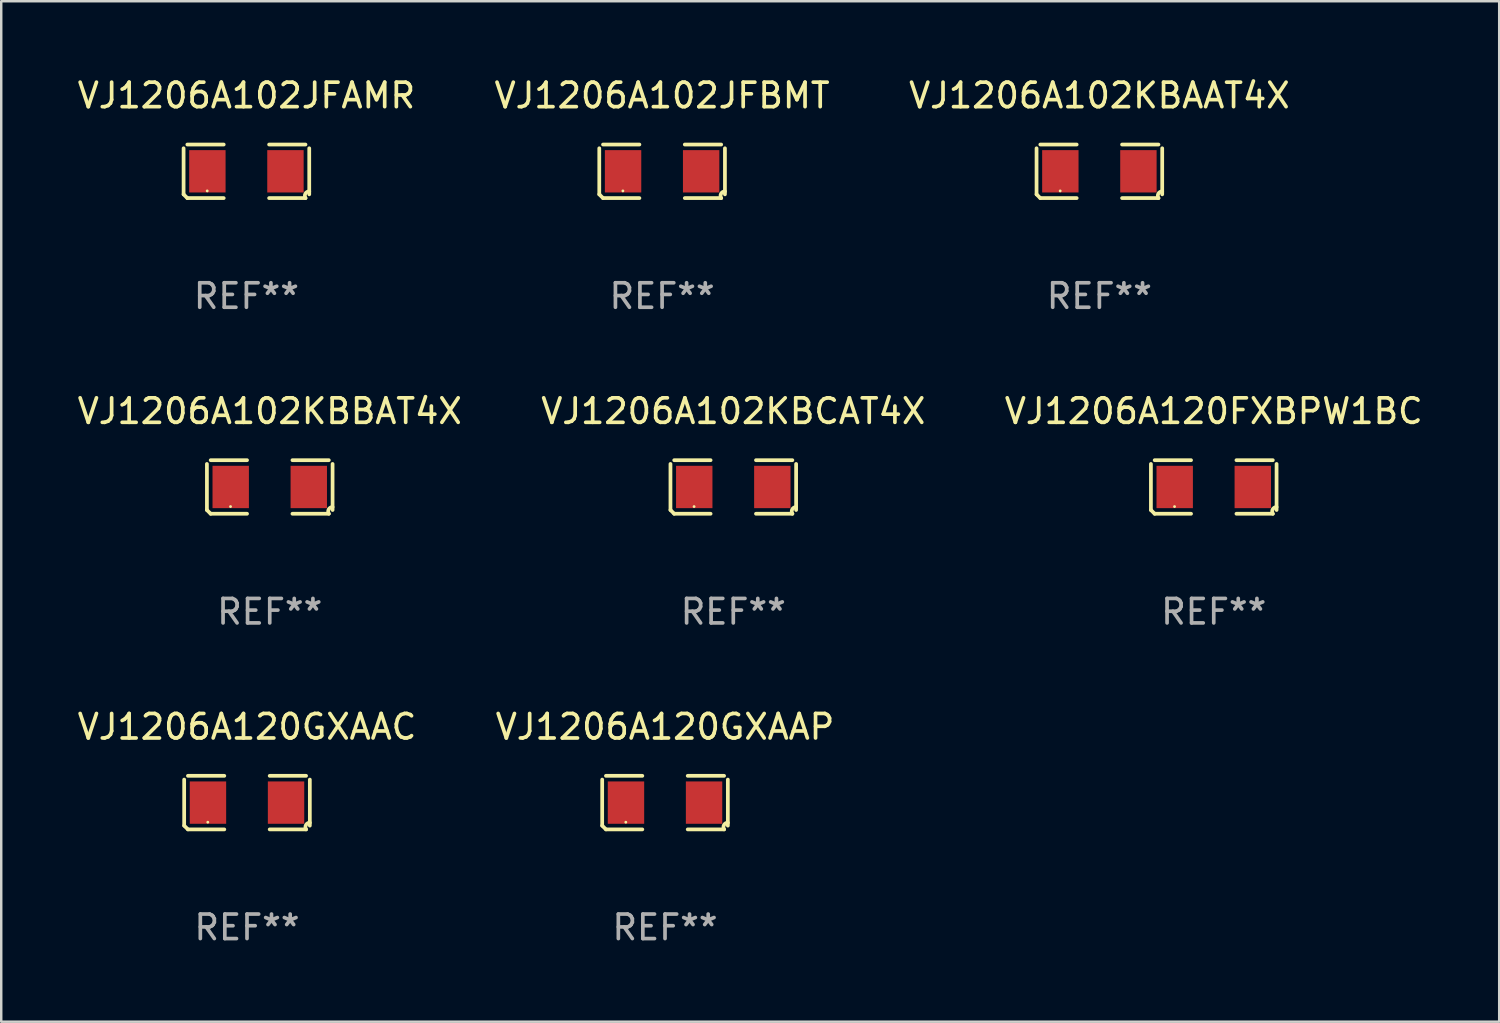
<source format=kicad_pcb>
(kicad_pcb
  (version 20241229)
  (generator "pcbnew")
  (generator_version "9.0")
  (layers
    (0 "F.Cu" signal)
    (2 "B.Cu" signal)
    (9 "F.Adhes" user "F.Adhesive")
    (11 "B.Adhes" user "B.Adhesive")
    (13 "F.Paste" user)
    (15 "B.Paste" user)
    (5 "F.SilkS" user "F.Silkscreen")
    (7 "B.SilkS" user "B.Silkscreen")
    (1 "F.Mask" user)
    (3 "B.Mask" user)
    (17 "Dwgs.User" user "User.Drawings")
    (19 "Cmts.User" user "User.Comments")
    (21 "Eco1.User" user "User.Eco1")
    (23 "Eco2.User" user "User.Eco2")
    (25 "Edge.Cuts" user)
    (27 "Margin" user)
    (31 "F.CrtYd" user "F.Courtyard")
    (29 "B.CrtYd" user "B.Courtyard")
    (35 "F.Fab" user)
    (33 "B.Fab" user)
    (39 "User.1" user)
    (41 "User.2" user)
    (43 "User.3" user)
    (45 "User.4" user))
  (footprint "VJ1206A102JFAMR"
    (layer "F.Cu")
    (at 7.006 3.941)
    (property "Reference" "VJ1206A102JFAMR" (at 0 -3.093 0) (layer "F.SilkS") (effects (font (size 1 1) (thickness 0.15))))
    (attr through_hole)
    (fp_line (start -2.564 0.94) (end -2.564 -0.94) (stroke (width 0.152) (type solid)) (layer "F.SilkS"))
    (fp_line (start -2.411 -1.093) (end -0.926 -1.093) (stroke (width 0.152) (type solid)) (layer "F.SilkS"))
    (fp_line (start -0.926 1.093) (end -2.411 1.093) (stroke (width 0.152) (type solid)) (layer "F.SilkS"))
    (fp_line (start 0.926 1.093) (end 2.411 1.093) (stroke (width 0.152) (type solid)) (layer "F.SilkS"))
    (fp_line (start 2.411 -1.093) (end 0.926 -1.093) (stroke (width 0.152) (type solid)) (layer "F.SilkS"))
    (fp_line (start 2.564 0.94) (end 2.564 -0.94) (stroke (width 0.152) (type solid)) (layer "F.SilkS"))
    (fp_arc (start -2.411201 1.092609) (mid -2.487413 1.01642) (end -2.563602 0.940208) (stroke (width 0.1524) (type solid)) (layer "F.SilkS"))
    (fp_arc (start 2.411201 1.092609) (mid 2.407159 0.911226) (end 2.563602 0.819347) (stroke (width 0.1524) (type solid)) (layer "F.SilkS"))
    (fp_circle (center -1.6 0.8) (end -1.57 0.8) (stroke (width 0.06) (type solid)) (fill no) (layer "F.SilkS"))
    (fp_text user "REF**" (at 0 5.093 0) (layer "F.Fab") (effects (font (size 1 1) (thickness 0.15))))
    (pad "1" smd rect (at -1.593 0) (size 1.485 1.728) (layers "F.Cu" "F.Mask" "F.Paste"))
    (pad "2" smd rect (at 1.593 0) (size 1.485 1.728) (layers "F.Cu" "F.Mask" "F.Paste")))
  (footprint "VJ1206A102KBCAT4X"
    (layer "F.Cu")
    (at 26.875 16.823)
    (property "Reference" "VJ1206A102KBCAT4X" (at 0 -3.093 0) (layer "F.SilkS") (effects (font (size 1 1) (thickness 0.15))))
    (attr through_hole)
    (fp_line (start -2.564 0.94) (end -2.564 -0.94) (stroke (width 0.152) (type solid)) (layer "F.SilkS"))
    (fp_line (start -2.411 -1.093) (end -0.926 -1.093) (stroke (width 0.152) (type solid)) (layer "F.SilkS"))
    (fp_line (start -0.926 1.093) (end -2.411 1.093) (stroke (width 0.152) (type solid)) (layer "F.SilkS"))
    (fp_line (start 0.926 1.093) (end 2.411 1.093) (stroke (width 0.152) (type solid)) (layer "F.SilkS"))
    (fp_line (start 2.411 -1.093) (end 0.926 -1.093) (stroke (width 0.152) (type solid)) (layer "F.SilkS"))
    (fp_line (start 2.564 0.94) (end 2.564 -0.94) (stroke (width 0.152) (type solid)) (layer "F.SilkS"))
    (fp_arc (start -2.411201 1.092609) (mid -2.487413 1.01642) (end -2.563602 0.940208) (stroke (width 0.1524) (type solid)) (layer "F.SilkS"))
    (fp_arc (start 2.411201 1.092609) (mid 2.407159 0.911226) (end 2.563602 0.819347) (stroke (width 0.1524) (type solid)) (layer "F.SilkS"))
    (fp_circle (center -1.6 0.8) (end -1.57 0.8) (stroke (width 0.06) (type solid)) (fill no) (layer "F.SilkS"))
    (fp_text user "REF**" (at 0 5.093 0) (layer "F.Fab") (effects (font (size 1 1) (thickness 0.15))))
    (pad "1" smd rect (at -1.593 0) (size 1.485 1.728) (layers "F.Cu" "F.Mask" "F.Paste"))
    (pad "2" smd rect (at 1.593 0) (size 1.485 1.728) (layers "F.Cu" "F.Mask" "F.Paste")))
  (footprint "VJ1206A120GXAAP"
    (layer "F.Cu")
    (at 24.089 29.704)
    (property "Reference" "VJ1206A120GXAAP" (at 0 -3.093 0) (layer "F.SilkS") (effects (font (size 1 1) (thickness 0.15))))
    (attr through_hole)
    (fp_line (start -2.564 0.94) (end -2.564 -0.94) (stroke (width 0.152) (type solid)) (layer "F.SilkS"))
    (fp_line (start -2.411 -1.093) (end -0.926 -1.093) (stroke (width 0.152) (type solid)) (layer "F.SilkS"))
    (fp_line (start -0.926 1.093) (end -2.411 1.093) (stroke (width 0.152) (type solid)) (layer "F.SilkS"))
    (fp_line (start 0.926 1.093) (end 2.411 1.093) (stroke (width 0.152) (type solid)) (layer "F.SilkS"))
    (fp_line (start 2.411 -1.093) (end 0.926 -1.093) (stroke (width 0.152) (type solid)) (layer "F.SilkS"))
    (fp_line (start 2.564 0.94) (end 2.564 -0.94) (stroke (width 0.152) (type solid)) (layer "F.SilkS"))
    (fp_arc (start -2.411201 1.092609) (mid -2.487413 1.01642) (end -2.563602 0.940208) (stroke (width 0.1524) (type solid)) (layer "F.SilkS"))
    (fp_arc (start 2.411201 1.092609) (mid 2.407159 0.911226) (end 2.563602 0.819347) (stroke (width 0.1524) (type solid)) (layer "F.SilkS"))
    (fp_circle (center -1.6 0.8) (end -1.57 0.8) (stroke (width 0.06) (type solid)) (fill no) (layer "F.SilkS"))
    (fp_text user "REF**" (at 0 5.093 0) (layer "F.Fab") (effects (font (size 1 1) (thickness 0.15))))
    (pad "1" smd rect (at -1.593 0) (size 1.485 1.728) (layers "F.Cu" "F.Mask" "F.Paste"))
    (pad "2" smd rect (at 1.593 0) (size 1.485 1.728) (layers "F.Cu" "F.Mask" "F.Paste")))
  (footprint "VJ1206A102KBBAT4X"
    (layer "F.Cu")
    (at 7.958 16.823)
    (property "Reference" "VJ1206A102KBBAT4X" (at 0 -3.093 0) (layer "F.SilkS") (effects (font (size 1 1) (thickness 0.15))))
    (attr through_hole)
    (fp_line (start -2.564 0.94) (end -2.564 -0.94) (stroke (width 0.152) (type solid)) (layer "F.SilkS"))
    (fp_line (start -2.411 -1.093) (end -0.926 -1.093) (stroke (width 0.152) (type solid)) (layer "F.SilkS"))
    (fp_line (start -0.926 1.093) (end -2.411 1.093) (stroke (width 0.152) (type solid)) (layer "F.SilkS"))
    (fp_line (start 0.926 1.093) (end 2.411 1.093) (stroke (width 0.152) (type solid)) (layer "F.SilkS"))
    (fp_line (start 2.411 -1.093) (end 0.926 -1.093) (stroke (width 0.152) (type solid)) (layer "F.SilkS"))
    (fp_line (start 2.564 0.94) (end 2.564 -0.94) (stroke (width 0.152) (type solid)) (layer "F.SilkS"))
    (fp_arc (start -2.411201 1.092609) (mid -2.487413 1.01642) (end -2.563602 0.940208) (stroke (width 0.1524) (type solid)) (layer "F.SilkS"))
    (fp_arc (start 2.411201 1.092609) (mid 2.407159 0.911226) (end 2.563602 0.819347) (stroke (width 0.1524) (type solid)) (layer "F.SilkS"))
    (fp_circle (center -1.6 0.8) (end -1.57 0.8) (stroke (width 0.06) (type solid)) (fill no) (layer "F.SilkS"))
    (fp_text user "REF**" (at 0 5.093 0) (layer "F.Fab") (effects (font (size 1 1) (thickness 0.15))))
    (pad "1" smd rect (at -1.593 0) (size 1.485 1.728) (layers "F.Cu" "F.Mask" "F.Paste"))
    (pad "2" smd rect (at 1.593 0) (size 1.485 1.728) (layers "F.Cu" "F.Mask" "F.Paste")))
  (footprint "VJ1206A102JFBMT"
    (layer "F.Cu")
    (at 23.97 3.941)
    (property "Reference" "VJ1206A102JFBMT" (at 0 -3.093 0) (layer "F.SilkS") (effects (font (size 1 1) (thickness 0.15))))
    (attr through_hole)
    (fp_line (start -2.564 0.94) (end -2.564 -0.94) (stroke (width 0.152) (type solid)) (layer "F.SilkS"))
    (fp_line (start -2.411 -1.093) (end -0.926 -1.093) (stroke (width 0.152) (type solid)) (layer "F.SilkS"))
    (fp_line (start -0.926 1.093) (end -2.411 1.093) (stroke (width 0.152) (type solid)) (layer "F.SilkS"))
    (fp_line (start 0.926 1.093) (end 2.411 1.093) (stroke (width 0.152) (type solid)) (layer "F.SilkS"))
    (fp_line (start 2.411 -1.093) (end 0.926 -1.093) (stroke (width 0.152) (type solid)) (layer "F.SilkS"))
    (fp_line (start 2.564 0.94) (end 2.564 -0.94) (stroke (width 0.152) (type solid)) (layer "F.SilkS"))
    (fp_arc (start -2.411201 1.092609) (mid -2.487413 1.01642) (end -2.563602 0.940208) (stroke (width 0.1524) (type solid)) (layer "F.SilkS"))
    (fp_arc (start 2.411201 1.092609) (mid 2.407159 0.911226) (end 2.563602 0.819347) (stroke (width 0.1524) (type solid)) (layer "F.SilkS"))
    (fp_circle (center -1.6 0.8) (end -1.57 0.8) (stroke (width 0.06) (type solid)) (fill no) (layer "F.SilkS"))
    (fp_text user "REF**" (at 0 5.093 0) (layer "F.Fab") (effects (font (size 1 1) (thickness 0.15))))
    (pad "1" smd rect (at -1.593 0) (size 1.485 1.728) (layers "F.Cu" "F.Mask" "F.Paste"))
    (pad "2" smd rect (at 1.593 0) (size 1.485 1.728) (layers "F.Cu" "F.Mask" "F.Paste")))
  (footprint "VJ1206A102KBAAT4X"
    (layer "F.Cu")
    (at 41.815 3.941)
    (property "Reference" "VJ1206A102KBAAT4X" (at 0 -3.093 0) (layer "F.SilkS") (effects (font (size 1 1) (thickness 0.15))))
    (attr through_hole)
    (fp_line (start -2.564 0.94) (end -2.564 -0.94) (stroke (width 0.152) (type solid)) (layer "F.SilkS"))
    (fp_line (start -2.411 -1.093) (end -0.926 -1.093) (stroke (width 0.152) (type solid)) (layer "F.SilkS"))
    (fp_line (start -0.926 1.093) (end -2.411 1.093) (stroke (width 0.152) (type solid)) (layer "F.SilkS"))
    (fp_line (start 0.926 1.093) (end 2.411 1.093) (stroke (width 0.152) (type solid)) (layer "F.SilkS"))
    (fp_line (start 2.411 -1.093) (end 0.926 -1.093) (stroke (width 0.152) (type solid)) (layer "F.SilkS"))
    (fp_line (start 2.564 0.94) (end 2.564 -0.94) (stroke (width 0.152) (type solid)) (layer "F.SilkS"))
    (fp_arc (start -2.411201 1.092609) (mid -2.487413 1.01642) (end -2.563602 0.940208) (stroke (width 0.1524) (type solid)) (layer "F.SilkS"))
    (fp_arc (start 2.411201 1.092609) (mid 2.407159 0.911226) (end 2.563602 0.819347) (stroke (width 0.1524) (type solid)) (layer "F.SilkS"))
    (fp_circle (center -1.6 0.8) (end -1.57 0.8) (stroke (width 0.06) (type solid)) (fill no) (layer "F.SilkS"))
    (fp_text user "REF**" (at 0 5.093 0) (layer "F.Fab") (effects (font (size 1 1) (thickness 0.15))))
    (pad "1" smd rect (at -1.593 0) (size 1.485 1.728) (layers "F.Cu" "F.Mask" "F.Paste"))
    (pad "2" smd rect (at 1.593 0) (size 1.485 1.728) (layers "F.Cu" "F.Mask" "F.Paste")))
  (footprint "VJ1206A120FXBPW1BC"
    (layer "F.Cu")
    (at 46.482 16.823)
    (property "Reference" "VJ1206A120FXBPW1BC" (at 0 -3.093 0) (layer "F.SilkS") (effects (font (size 1 1) (thickness 0.15))))
    (attr through_hole)
    (fp_line (start -2.564 0.94) (end -2.564 -0.94) (stroke (width 0.152) (type solid)) (layer "F.SilkS"))
    (fp_line (start -2.411 -1.093) (end -0.926 -1.093) (stroke (width 0.152) (type solid)) (layer "F.SilkS"))
    (fp_line (start -0.926 1.093) (end -2.411 1.093) (stroke (width 0.152) (type solid)) (layer "F.SilkS"))
    (fp_line (start 0.926 1.093) (end 2.411 1.093) (stroke (width 0.152) (type solid)) (layer "F.SilkS"))
    (fp_line (start 2.411 -1.093) (end 0.926 -1.093) (stroke (width 0.152) (type solid)) (layer "F.SilkS"))
    (fp_line (start 2.564 0.94) (end 2.564 -0.94) (stroke (width 0.152) (type solid)) (layer "F.SilkS"))
    (fp_arc (start -2.411201 1.092609) (mid -2.487413 1.01642) (end -2.563602 0.940208) (stroke (width 0.1524) (type solid)) (layer "F.SilkS"))
    (fp_arc (start 2.411201 1.092609) (mid 2.407159 0.911226) (end 2.563602 0.819347) (stroke (width 0.1524) (type solid)) (layer "F.SilkS"))
    (fp_circle (center -1.6 0.8) (end -1.57 0.8) (stroke (width 0.06) (type solid)) (fill no) (layer "F.SilkS"))
    (fp_text user "REF**" (at 0 5.093 0) (layer "F.Fab") (effects (font (size 1 1) (thickness 0.15))))
    (pad "1" smd rect (at -1.593 0) (size 1.485 1.728) (layers "F.Cu" "F.Mask" "F.Paste"))
    (pad "2" smd rect (at 1.593 0) (size 1.485 1.728) (layers "F.Cu" "F.Mask" "F.Paste")))
  (footprint "VJ1206A120GXAAC"
    (layer "F.Cu")
    (at 7.03 29.704)
    (property "Reference" "VJ1206A120GXAAC" (at 0 -3.093 0) (layer "F.SilkS") (effects (font (size 1 1) (thickness 0.15))))
    (attr through_hole)
    (fp_line (start -2.564 0.94) (end -2.564 -0.94) (stroke (width 0.152) (type solid)) (layer "F.SilkS"))
    (fp_line (start -2.411 -1.093) (end -0.926 -1.093) (stroke (width 0.152) (type solid)) (layer "F.SilkS"))
    (fp_line (start -0.926 1.093) (end -2.411 1.093) (stroke (width 0.152) (type solid)) (layer "F.SilkS"))
    (fp_line (start 0.926 1.093) (end 2.411 1.093) (stroke (width 0.152) (type solid)) (layer "F.SilkS"))
    (fp_line (start 2.411 -1.093) (end 0.926 -1.093) (stroke (width 0.152) (type solid)) (layer "F.SilkS"))
    (fp_line (start 2.564 0.94) (end 2.564 -0.94) (stroke (width 0.152) (type solid)) (layer "F.SilkS"))
    (fp_arc (start -2.411201 1.092609) (mid -2.487413 1.01642) (end -2.563602 0.940208) (stroke (width 0.1524) (type solid)) (layer "F.SilkS"))
    (fp_arc (start 2.411201 1.092609) (mid 2.407159 0.911226) (end 2.563602 0.819347) (stroke (width 0.1524) (type solid)) (layer "F.SilkS"))
    (fp_circle (center -1.6 0.8) (end -1.57 0.8) (stroke (width 0.06) (type solid)) (fill no) (layer "F.SilkS"))
    (fp_text user "REF**" (at 0 5.093 0) (layer "F.Fab") (effects (font (size 1 1) (thickness 0.15))))
    (pad "1" smd rect (at -1.593 0) (size 1.485 1.728) (layers "F.Cu" "F.Mask" "F.Paste"))
    (pad "2" smd rect (at 1.593 0) (size 1.485 1.728) (layers "F.Cu" "F.Mask" "F.Paste")))
  (gr_rect
    (start -3 -3)
    (end 58.131 38.645)
    (stroke (width 0.1) (type default))
    (fill no)
    (layer "Edge.Cuts")))
</source>
